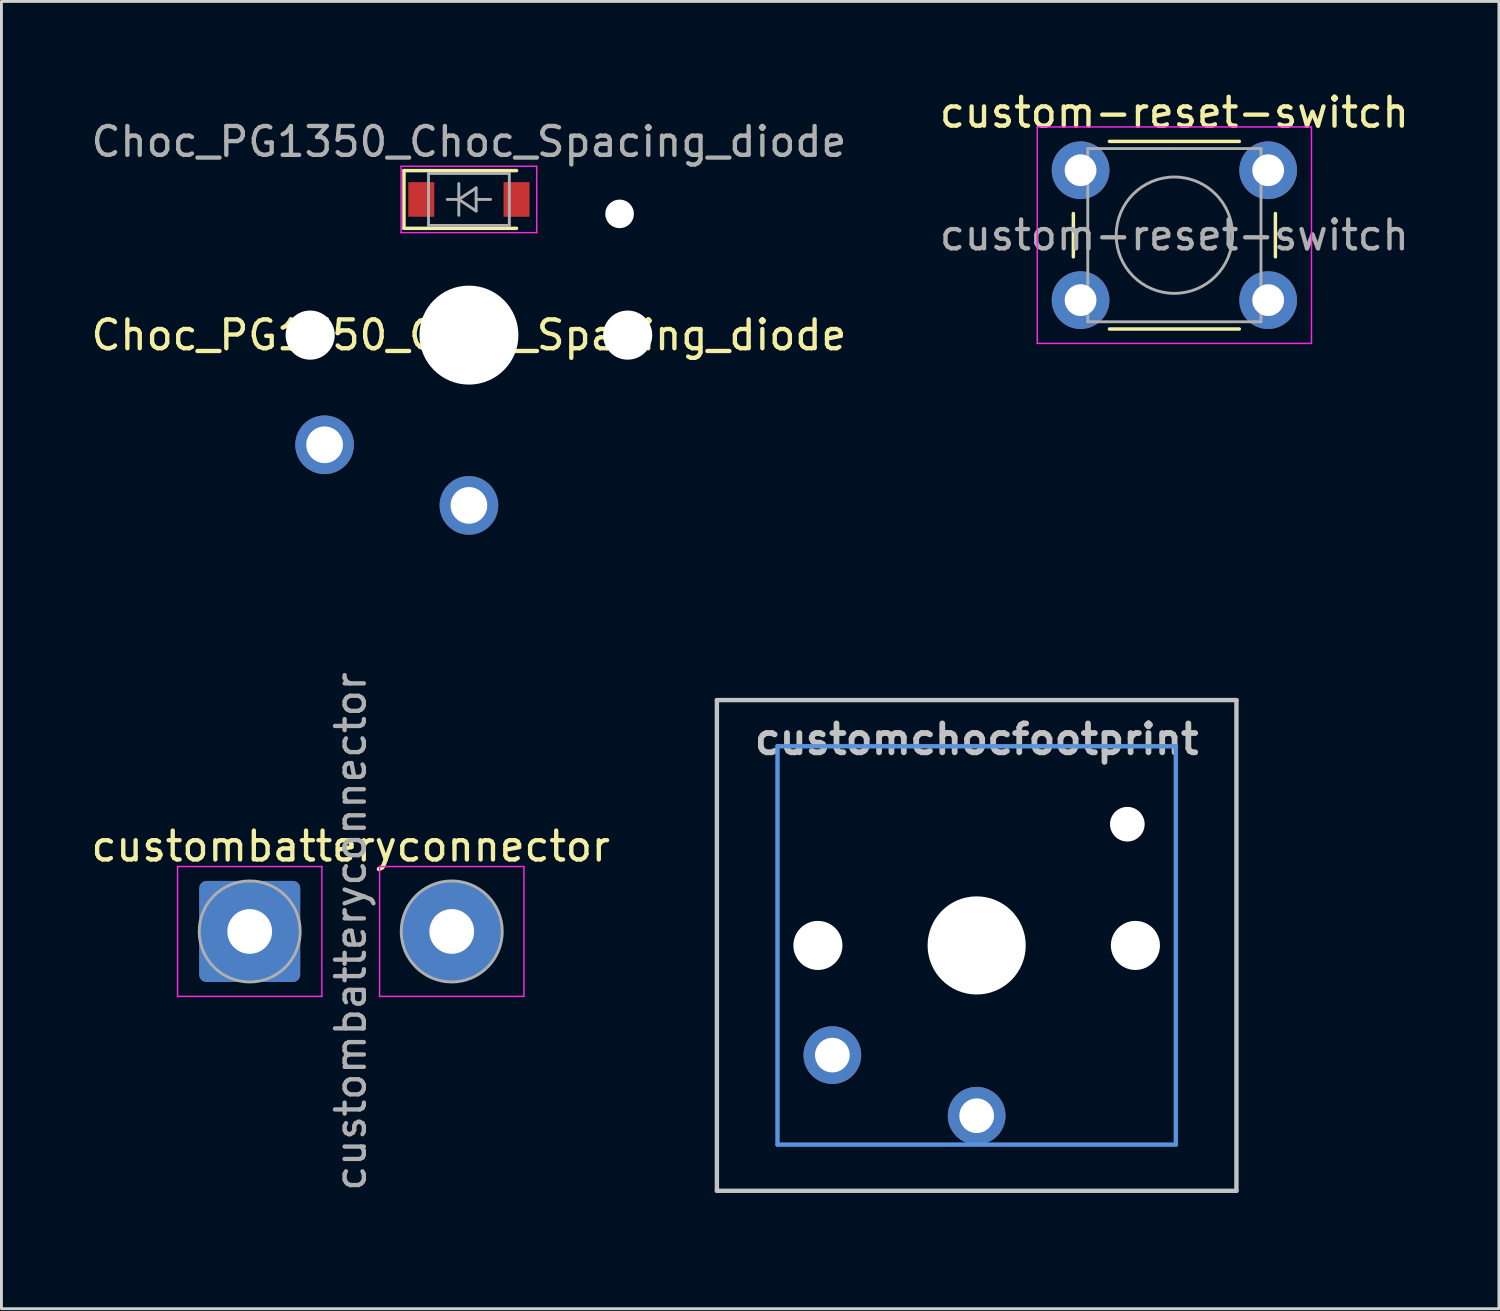
<source format=kicad_pcb>
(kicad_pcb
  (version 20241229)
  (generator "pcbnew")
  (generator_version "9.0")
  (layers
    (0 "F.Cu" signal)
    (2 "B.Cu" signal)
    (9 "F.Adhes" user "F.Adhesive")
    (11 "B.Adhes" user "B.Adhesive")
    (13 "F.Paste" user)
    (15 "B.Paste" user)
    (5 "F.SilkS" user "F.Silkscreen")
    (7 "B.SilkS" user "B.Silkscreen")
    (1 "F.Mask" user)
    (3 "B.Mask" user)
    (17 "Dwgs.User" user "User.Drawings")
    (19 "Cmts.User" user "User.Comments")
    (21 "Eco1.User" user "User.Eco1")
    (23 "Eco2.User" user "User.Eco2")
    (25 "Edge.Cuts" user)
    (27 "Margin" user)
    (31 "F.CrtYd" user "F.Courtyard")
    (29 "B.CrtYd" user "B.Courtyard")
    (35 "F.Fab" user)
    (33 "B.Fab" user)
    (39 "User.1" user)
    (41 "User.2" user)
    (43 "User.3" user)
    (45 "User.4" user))
  (footprint "Choc_PG1350_Choc_Spacing_diode"
    (layer "F.Cu")
    (at 13.196 3.86)
    (property "Reference" "Choc_PG1350_Choc_Spacing_diode" (at 0 4.7 0) (layer "F.SilkS") (effects (font (size 1 1) (thickness 0.15))))
    (attr smd)
    (fp_line (start -2.25 -1) (end -2.25 1) (stroke (width 0.12) (type solid)) (layer "F.SilkS"))
    (fp_line (start -2.25 -1) (end 1.65 -1) (stroke (width 0.12) (type solid)) (layer "F.SilkS"))
    (fp_line (start -2.25 1) (end 1.65 1) (stroke (width 0.12) (type solid)) (layer "F.SilkS"))
    (fp_line (start -9 -3.8) (end 9 -3.8) (stroke (width 0.12) (type solid)) (layer "Eco1.User"))
    (fp_line (start -9 13.2) (end -9 -3.8) (stroke (width 0.12) (type solid)) (layer "Eco1.User"))
    (fp_line (start 9 -3.8) (end 9 13.2) (stroke (width 0.12) (type solid)) (layer "Eco1.User"))
    (fp_line (start 9 13.2) (end -9 13.2) (stroke (width 0.12) (type solid)) (layer "Eco1.User"))
    (fp_line (start -6.9 11.6) (end -6.9 -2.2) (stroke (width 0.15) (type solid)) (layer "Eco2.User"))
    (fp_line (start -6.9 11.6) (end 6.9 11.6) (stroke (width 0.15) (type solid)) (layer "Eco2.User"))
    (fp_line (start -2.6 1.6) (end -2.6 -1.6) (stroke (width 0.15) (type solid)) (layer "Eco2.User"))
    (fp_line (start -2.6 1.6) (end 2.6 1.6) (stroke (width 0.15) (type solid)) (layer "Eco2.User"))
    (fp_line (start 2.6 -1.6) (end -2.6 -1.6) (stroke (width 0.15) (type solid)) (layer "Eco2.User"))
    (fp_line (start 2.6 1.6) (end 2.6 -1.6) (stroke (width 0.15) (type solid)) (layer "Eco2.User"))
    (fp_line (start 6.9 -2.2) (end -6.9 -2.2) (stroke (width 0.15) (type solid)) (layer "Eco2.User"))
    (fp_line (start 6.9 -2.2) (end 6.9 11.6) (stroke (width 0.15) (type solid)) (layer "Eco2.User"))
    (fp_line (start -2.35 -1.15) (end -2.35 1.15) (stroke (width 0.05) (type solid)) (layer "F.CrtYd"))
    (fp_line (start -2.35 -1.15) (end 2.35 -1.15) (stroke (width 0.05) (type solid)) (layer "F.CrtYd"))
    (fp_line (start 2.35 -1.15) (end 2.35 1.15) (stroke (width 0.05) (type solid)) (layer "F.CrtYd"))
    (fp_line (start 2.35 1.15) (end -2.35 1.15) (stroke (width 0.05) (type solid)) (layer "F.CrtYd"))
    (fp_line (start -1.4 -0.9) (end 1.4 -0.9) (stroke (width 0.1) (type solid)) (layer "F.Fab"))
    (fp_line (start -1.4 0.9) (end -1.4 -0.9) (stroke (width 0.1) (type solid)) (layer "F.Fab"))
    (fp_line (start -0.75 0) (end -0.35 0) (stroke (width 0.1) (type solid)) (layer "F.Fab"))
    (fp_line (start -0.35 0) (end -0.35 -0.55) (stroke (width 0.1) (type solid)) (layer "F.Fab"))
    (fp_line (start -0.35 0) (end -0.35 0.55) (stroke (width 0.1) (type solid)) (layer "F.Fab"))
    (fp_line (start -0.35 0) (end 0.25 -0.4) (stroke (width 0.1) (type solid)) (layer "F.Fab"))
    (fp_line (start 0.25 -0.4) (end 0.25 0.4) (stroke (width 0.1) (type solid)) (layer "F.Fab"))
    (fp_line (start 0.25 0) (end 0.75 0) (stroke (width 0.1) (type solid)) (layer "F.Fab"))
    (fp_line (start 0.25 0.4) (end -0.35 0) (stroke (width 0.1) (type solid)) (layer "F.Fab"))
    (fp_line (start 1.4 -0.9) (end 1.4 0.9) (stroke (width 0.1) (type solid)) (layer "F.Fab"))
    (fp_line (start 1.4 0.9) (end -1.4 0.9) (stroke (width 0.1) (type solid)) (layer "F.Fab"))
    (fp_text user "${REFERENCE}" (at 0 -2 0) (layer "F.Fab") (effects (font (size 1 1) (thickness 0.15))))
    (pad "" np_thru_hole circle (at -5.5 4.7) (size 1.702 1.702) (drill 1.702) (layers "*.Cu" "*.Mask"))
    (pad "" np_thru_hole circle (at 0 4.7) (size 3.429 3.429) (drill 3.429) (layers "*.Cu" "*.Mask"))
    (pad "" np_thru_hole circle (at 5.22 0.5) (size 0.991 0.991) (drill 0.991) (layers "*.Cu" "*.Mask"))
    (pad "" np_thru_hole circle (at 5.5 4.7) (size 1.702 1.702) (drill 1.702) (layers "*.Cu" "*.Mask"))
    (pad "1" thru_hole circle (at 0 10.6) (size 2.032 2.032) (drill 1.27) (layers "*.Cu" "*.Mask"))
    (pad "2" thru_hole circle (at -5 8.5) (size 2.032 2.032) (drill 1.27) (layers "*.Cu" "*.Mask"))
    (pad "3" smd rect (at 1.65 0) (size 0.9 1.2) (layers "F.Cu" "F.Mask" "F.Paste"))
    (pad "4" smd rect (at -1.65 0) (size 0.9 1.2) (layers "F.Cu" "F.Mask" "F.Paste")))
  (footprint "custombatteryconnector"
    (layer "F.Cu")
    (at 9.001 29.221)
    (property "Reference" "custombatteryconnector" (at 0.1 -2.95 0) (layer "F.SilkS") (effects (font (size 1 1) (thickness 0.15))))
    (attr exclude_from_pos_files exclude_from_bom)
    (fp_line (start -5.9 -2.25) (end -5.9 2.25) (stroke (width 0.05) (type solid)) (layer "F.CrtYd"))
    (fp_line (start -5.9 2.25) (end -0.9 2.25) (stroke (width 0.05) (type solid)) (layer "F.CrtYd"))
    (fp_line (start -0.9 -2.25) (end -5.9 -2.25) (stroke (width 0.05) (type solid)) (layer "F.CrtYd"))
    (fp_line (start -0.9 2.25) (end -0.9 -2.25) (stroke (width 0.05) (type solid)) (layer "F.CrtYd"))
    (fp_line (start 1.1 -2.25) (end 1.1 2.25) (stroke (width 0.05) (type solid)) (layer "F.CrtYd"))
    (fp_line (start 1.1 2.25) (end 6.1 2.25) (stroke (width 0.05) (type solid)) (layer "F.CrtYd"))
    (fp_line (start 6.1 -2.25) (end 1.1 -2.25) (stroke (width 0.05) (type solid)) (layer "F.CrtYd"))
    (fp_line (start 6.1 2.25) (end 6.1 -2.25) (stroke (width 0.05) (type solid)) (layer "F.CrtYd"))
    (fp_circle (center -3.4 0) (end -1.65 0) (stroke (width 0.1) (type solid)) (fill no) (layer "F.Fab"))
    (fp_circle (center 3.6 0) (end 5.35 0) (stroke (width 0.1) (type solid)) (fill no) (layer "F.Fab"))
    (fp_text user "${REFERENCE}" (at 0.1 0 90) (layer "F.Fab") (effects (font (size 1 1) (thickness 0.15))))
    (pad "1" thru_hole roundrect (at -3.4 0) (size 3.5 3.5) (drill 1.55) (layers "*.Cu" "*.Mask") (roundrect_rratio 0.071))
    (pad "2" thru_hole circle (at 3.6 0) (size 3.5 3.5) (drill 1.55) (layers "*.Cu" "*.Mask")))
  (footprint "custom-reset-switch"
    (layer "F.Cu")
    (at 37.689 5.134)
    (property "Reference" "custom-reset-switch" (at -0.052 -4.286 0) (layer "F.SilkS") (effects (font (size 1 1) (thickness 0.15))))
    (attr through_hole)
    (fp_line (start -3.552 -0.786) (end -3.552 0.714) (stroke (width 0.12) (type solid)) (layer "F.SilkS"))
    (fp_line (start -2.302 3.214) (end 2.198 3.214) (stroke (width 0.12) (type solid)) (layer "F.SilkS"))
    (fp_line (start 2.198 -3.286) (end -2.302 -3.286) (stroke (width 0.12) (type solid)) (layer "F.SilkS"))
    (fp_line (start 3.448 0.714) (end 3.448 -0.786) (stroke (width 0.12) (type solid)) (layer "F.SilkS"))
    (fp_line (start -4.802 -3.786) (end -4.552 -3.786) (stroke (width 0.05) (type solid)) (layer "F.CrtYd"))
    (fp_line (start -4.802 -3.536) (end -4.802 -3.786) (stroke (width 0.05) (type solid)) (layer "F.CrtYd"))
    (fp_line (start -4.802 3.464) (end -4.802 -3.536) (stroke (width 0.05) (type solid)) (layer "F.CrtYd"))
    (fp_line (start -4.802 3.464) (end -4.802 3.714) (stroke (width 0.05) (type solid)) (layer "F.CrtYd"))
    (fp_line (start -4.802 3.714) (end -4.552 3.714) (stroke (width 0.05) (type solid)) (layer "F.CrtYd"))
    (fp_line (start -4.552 -3.786) (end 4.448 -3.786) (stroke (width 0.05) (type solid)) (layer "F.CrtYd"))
    (fp_line (start 4.448 -3.786) (end 4.698 -3.786) (stroke (width 0.05) (type solid)) (layer "F.CrtYd"))
    (fp_line (start 4.448 3.714) (end -4.552 3.714) (stroke (width 0.05) (type solid)) (layer "F.CrtYd"))
    (fp_line (start 4.448 3.714) (end 4.698 3.714) (stroke (width 0.05) (type solid)) (layer "F.CrtYd"))
    (fp_line (start 4.698 -3.786) (end 4.698 -3.536) (stroke (width 0.05) (type solid)) (layer "F.CrtYd"))
    (fp_line (start 4.698 -3.536) (end 4.698 3.464) (stroke (width 0.05) (type solid)) (layer "F.CrtYd"))
    (fp_line (start 4.698 3.714) (end 4.698 3.464) (stroke (width 0.05) (type solid)) (layer "F.CrtYd"))
    (fp_line (start -3.052 -3.036) (end -0.052 -3.036) (stroke (width 0.1) (type solid)) (layer "F.Fab"))
    (fp_line (start -3.052 2.964) (end -3.052 -3.036) (stroke (width 0.1) (type solid)) (layer "F.Fab"))
    (fp_line (start -0.052 -3.036) (end 2.948 -3.036) (stroke (width 0.1) (type solid)) (layer "F.Fab"))
    (fp_line (start 2.948 -3.036) (end 2.948 2.964) (stroke (width 0.1) (type solid)) (layer "F.Fab"))
    (fp_line (start 2.948 2.964) (end -3.052 2.964) (stroke (width 0.1) (type solid)) (layer "F.Fab"))
    (fp_circle (center -0.052 -0.036) (end -2.052 0.214) (stroke (width 0.1) (type solid)) (fill no) (layer "F.Fab"))
    (fp_text user "${REFERENCE}" (at -0.052 -0.036 0) (layer "F.Fab") (effects (font (size 1 1) (thickness 0.15))))
    (pad "1" thru_hole circle (at -3.302 -2.286 90) (size 2 2) (drill 1.1) (layers "*.Cu" "*.Mask"))
    (pad "1" thru_hole circle (at 3.198 -2.286 90) (size 2 2) (drill 1.1) (layers "*.Cu" "*.Mask"))
    (pad "2" thru_hole circle (at -3.302 2.214 90) (size 2 2) (drill 1.1) (layers "*.Cu" "*.Mask"))
    (pad "2" thru_hole circle (at 3.198 2.214 90) (size 2 2) (drill 1.1) (layers "*.Cu" "*.Mask")))
  (footprint "customchocfootprint"
    (layer "F.Cu")
    (at 30.787 29.705)
    (property "Reference" "customchocfootprint" (at 0 -7.144 180) (layer "Dwgs.User") (effects (font (size 1 1) (thickness 0.2))))
    (attr through_hole)
    (fp_line (start -9 -8.5) (end 9 -8.5) (stroke (width 0.152) (type solid)) (layer "Dwgs.User"))
    (fp_line (start -9 8.5) (end -9 -8.5) (stroke (width 0.152) (type solid)) (layer "Dwgs.User"))
    (fp_line (start 9 -8.5) (end 9 8.5) (stroke (width 0.152) (type solid)) (layer "Dwgs.User"))
    (fp_line (start 9 8.5) (end -9 8.5) (stroke (width 0.152) (type solid)) (layer "Dwgs.User"))
    (fp_line (start -6.9 -6.9) (end 6.9 -6.9) (stroke (width 0.152) (type solid)) (layer "Cmts.User"))
    (fp_line (start -6.9 6.9) (end -6.9 -6.9) (stroke (width 0.152) (type solid)) (layer "Cmts.User"))
    (fp_line (start 6.9 -6.9) (end 6.9 6.9) (stroke (width 0.152) (type solid)) (layer "Cmts.User"))
    (fp_line (start 6.9 6.9) (end -6.9 6.9) (stroke (width 0.152) (type solid)) (layer "Cmts.User"))
    (fp_line (start -9.525 -9.525) (end -9.525 9.525) (stroke (width 0.12) (type solid)) (layer "Eco1.User"))
    (fp_line (start -9.525 -9.525) (end 9.525 -9.525) (stroke (width 0.12) (type solid)) (layer "Eco1.User"))
    (fp_line (start -9.525 9.525) (end 9.525 9.525) (stroke (width 0.12) (type solid)) (layer "Eco1.User"))
    (fp_line (start 9.525 -9.525) (end 9.525 9.525) (stroke (width 0.12) (type solid)) (layer "Eco1.User"))
    (fp_line (start -7.5 -7.5) (end 7.5 -7.5) (stroke (width 0.152) (type solid)) (layer "Eco2.User"))
    (fp_line (start -7.5 7.5) (end -7.5 -7.5) (stroke (width 0.152) (type solid)) (layer "Eco2.User"))
    (fp_line (start 7.5 -7.5) (end 7.5 7.5) (stroke (width 0.152) (type solid)) (layer "Eco2.User"))
    (fp_line (start 7.5 7.5) (end -7.5 7.5) (stroke (width 0.152) (type solid)) (layer "Eco2.User"))
    (pad "" np_thru_hole circle (at -5.5 0 180) (size 1.7 1.7) (drill 1.7) (layers "*.Cu" "*.Mask"))
    (pad "" np_thru_hole circle (at 0 0 180) (size 3.4 3.4) (drill 3.4) (layers "*.Cu" "*.Mask"))
    (pad "" np_thru_hole circle (at 5.22 -4.2 180) (size 1.2 1.2) (drill 1.2) (layers "*.Cu" "*.Mask"))
    (pad "" np_thru_hole circle (at 5.5 0 180) (size 1.7 1.7) (drill 1.7) (layers "*.Cu" "*.Mask"))
    (pad "1" thru_hole circle (at 0 5.9 180) (size 2 2) (drill 1.2) (layers "*.Cu" "*.Mask"))
    (pad "2" thru_hole circle (at -5 3.8 41.9) (size 2 2) (drill 1.2) (layers "*.Cu" "*.Mask")))
  (gr_rect
    (start -3 -3)
    (end 48.881 42.29)
    (stroke (width 0.1) (type default))
    (fill no)
    (layer "Edge.Cuts")))
</source>
